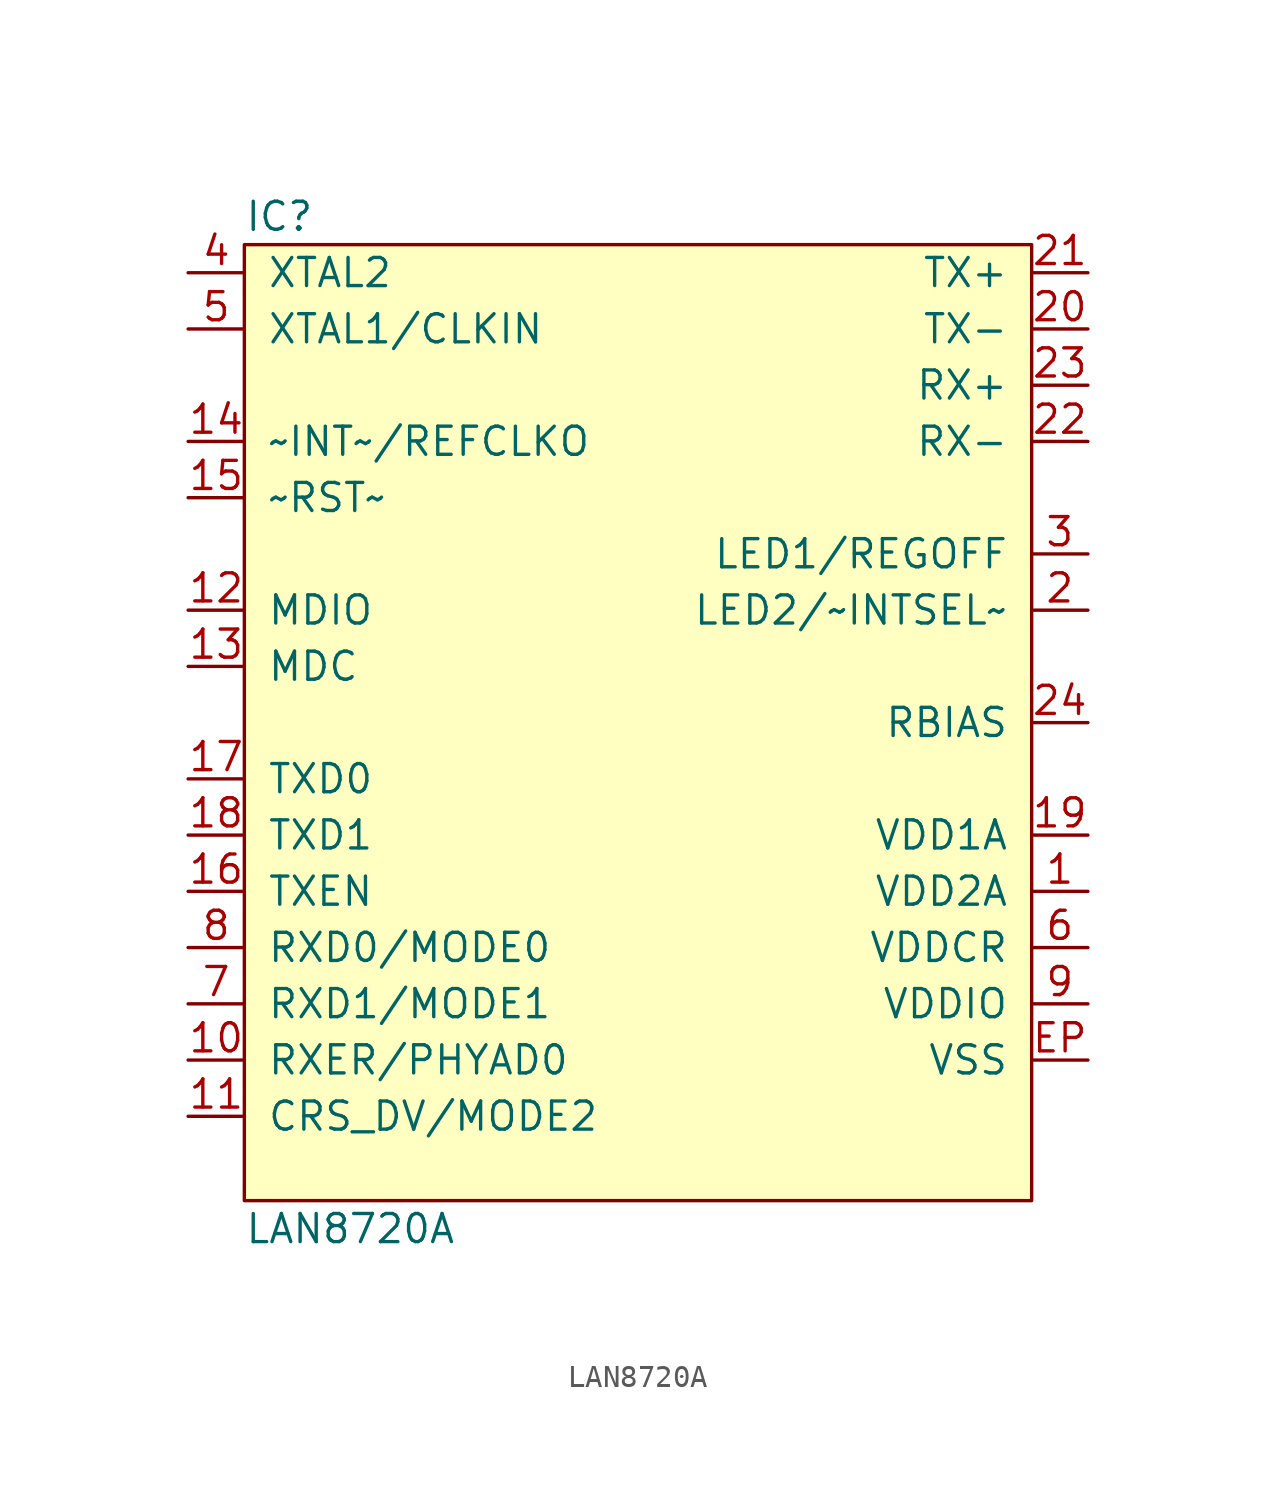
<source format=kicad_sym>
(kicad_symbol_lib
  (version 20211014)
  (generator agg_kicad.build_lib_ic)
  (symbol "LAN8720A"
    (pin_names
      (offset 1.016))
    (property Reference IC
      (at -17.78 22.86 0)
      (effects (font (size 1.27 1.27)) (justify left)))
    (property Value "LAN8720A"
      (at -17.78 -22.86 0)
      (effects (font (size 1.27 1.27)) (justify left)))
    (symbol "LAN8720A_0_0"
      (rectangle (start -17.78 21.59) (end 17.78 -21.59) (stroke (width 0) (type default) (color 0 0 0 0)) (fill (type background)))
      (pin bidirectional line (at -20.32 20.32 0) (length 2.54) (name "XTAL2" (effects (font (size 1.27 1.27)))) (number "4" (effects (font (size 1.27 1.27)))))
      (pin input line (at -20.32 17.78 0) (length 2.54) (name "XTAL1/CLKIN" (effects (font (size 1.27 1.27)))) (number "5" (effects (font (size 1.27 1.27)))))
      (pin bidirectional line (at -20.32 12.7 0) (length 2.54) (name "~INT~/REFCLKO" (effects (font (size 1.27 1.27)))) (number "14" (effects (font (size 1.27 1.27)))))
      (pin input line (at -20.32 10.16 0) (length 2.54) (name "~RST~" (effects (font (size 1.27 1.27)))) (number "15" (effects (font (size 1.27 1.27)))))
      (pin bidirectional line (at -20.32 5.08 0) (length 2.54) (name MDIO (effects (font (size 1.27 1.27)))) (number "12" (effects (font (size 1.27 1.27)))))
      (pin bidirectional line (at -20.32 2.54 0) (length 2.54) (name MDC (effects (font (size 1.27 1.27)))) (number "13" (effects (font (size 1.27 1.27)))))
      (pin input line (at -20.32 -2.54 0) (length 2.54) (name "TXD0" (effects (font (size 1.27 1.27)))) (number "17" (effects (font (size 1.27 1.27)))))
      (pin input line (at -20.32 -5.08 0) (length 2.54) (name "TXD1" (effects (font (size 1.27 1.27)))) (number "18" (effects (font (size 1.27 1.27)))))
      (pin input line (at -20.32 -7.62 0) (length 2.54) (name TXEN (effects (font (size 1.27 1.27)))) (number "16" (effects (font (size 1.27 1.27)))))
      (pin bidirectional line (at -20.32 -10.16 0) (length 2.54) (name "RXD0/MODE0" (effects (font (size 1.27 1.27)))) (number "8" (effects (font (size 1.27 1.27)))))
      (pin bidirectional line (at -20.32 -12.7 0) (length 2.54) (name "RXD1/MODE1" (effects (font (size 1.27 1.27)))) (number "7" (effects (font (size 1.27 1.27)))))
      (pin bidirectional line (at -20.32 -15.24 0) (length 2.54) (name "RXER/PHYAD0" (effects (font (size 1.27 1.27)))) (number "10" (effects (font (size 1.27 1.27)))))
      (pin bidirectional line (at -20.32 -17.78 0) (length 2.54) (name "CRS_DV/MODE2" (effects (font (size 1.27 1.27)))) (number "11" (effects (font (size 1.27 1.27)))))
      (pin bidirectional line (at 20.32 20.32 180) (length 2.54) (name "TX+" (effects (font (size 1.27 1.27)))) (number "21" (effects (font (size 1.27 1.27)))))
      (pin bidirectional line (at 20.32 17.78 180) (length 2.54) (name "TX-" (effects (font (size 1.27 1.27)))) (number "20" (effects (font (size 1.27 1.27)))))
      (pin bidirectional line (at 20.32 15.24 180) (length 2.54) (name "RX+" (effects (font (size 1.27 1.27)))) (number "23" (effects (font (size 1.27 1.27)))))
      (pin bidirectional line (at 20.32 12.7 180) (length 2.54) (name "RX-" (effects (font (size 1.27 1.27)))) (number "22" (effects (font (size 1.27 1.27)))))
      (pin bidirectional line (at 20.32 7.62 180) (length 2.54) (name "LED1/REGOFF" (effects (font (size 1.27 1.27)))) (number "3" (effects (font (size 1.27 1.27)))))
      (pin bidirectional line (at 20.32 5.08 180) (length 2.54) (name "LED2/~INTSEL~" (effects (font (size 1.27 1.27)))) (number "2" (effects (font (size 1.27 1.27)))))
      (pin passive line (at 20.32 0 180) (length 2.54) (name RBIAS (effects (font (size 1.27 1.27)))) (number "24" (effects (font (size 1.27 1.27)))))
      (pin power_in line (at 20.32 -5.08 180) (length 2.54) (name "VDD1A" (effects (font (size 1.27 1.27)))) (number "19" (effects (font (size 1.27 1.27)))))
      (pin power_in line (at 20.32 -7.62 180) (length 2.54) (name "VDD2A" (effects (font (size 1.27 1.27)))) (number "1" (effects (font (size 1.27 1.27)))))
      (pin passive line (at 20.32 -10.16 180) (length 2.54) (name VDDCR (effects (font (size 1.27 1.27)))) (number "6" (effects (font (size 1.27 1.27)))))
      (pin power_in line (at 20.32 -12.7 180) (length 2.54) (name VDDIO (effects (font (size 1.27 1.27)))) (number "9" (effects (font (size 1.27 1.27)))))
      (pin power_in line (at 20.32 -15.24 180) (length 2.54) (name VSS (effects (font (size 1.27 1.27)))) (number EP (effects (font (size 1.27 1.27))))))))
</source>
